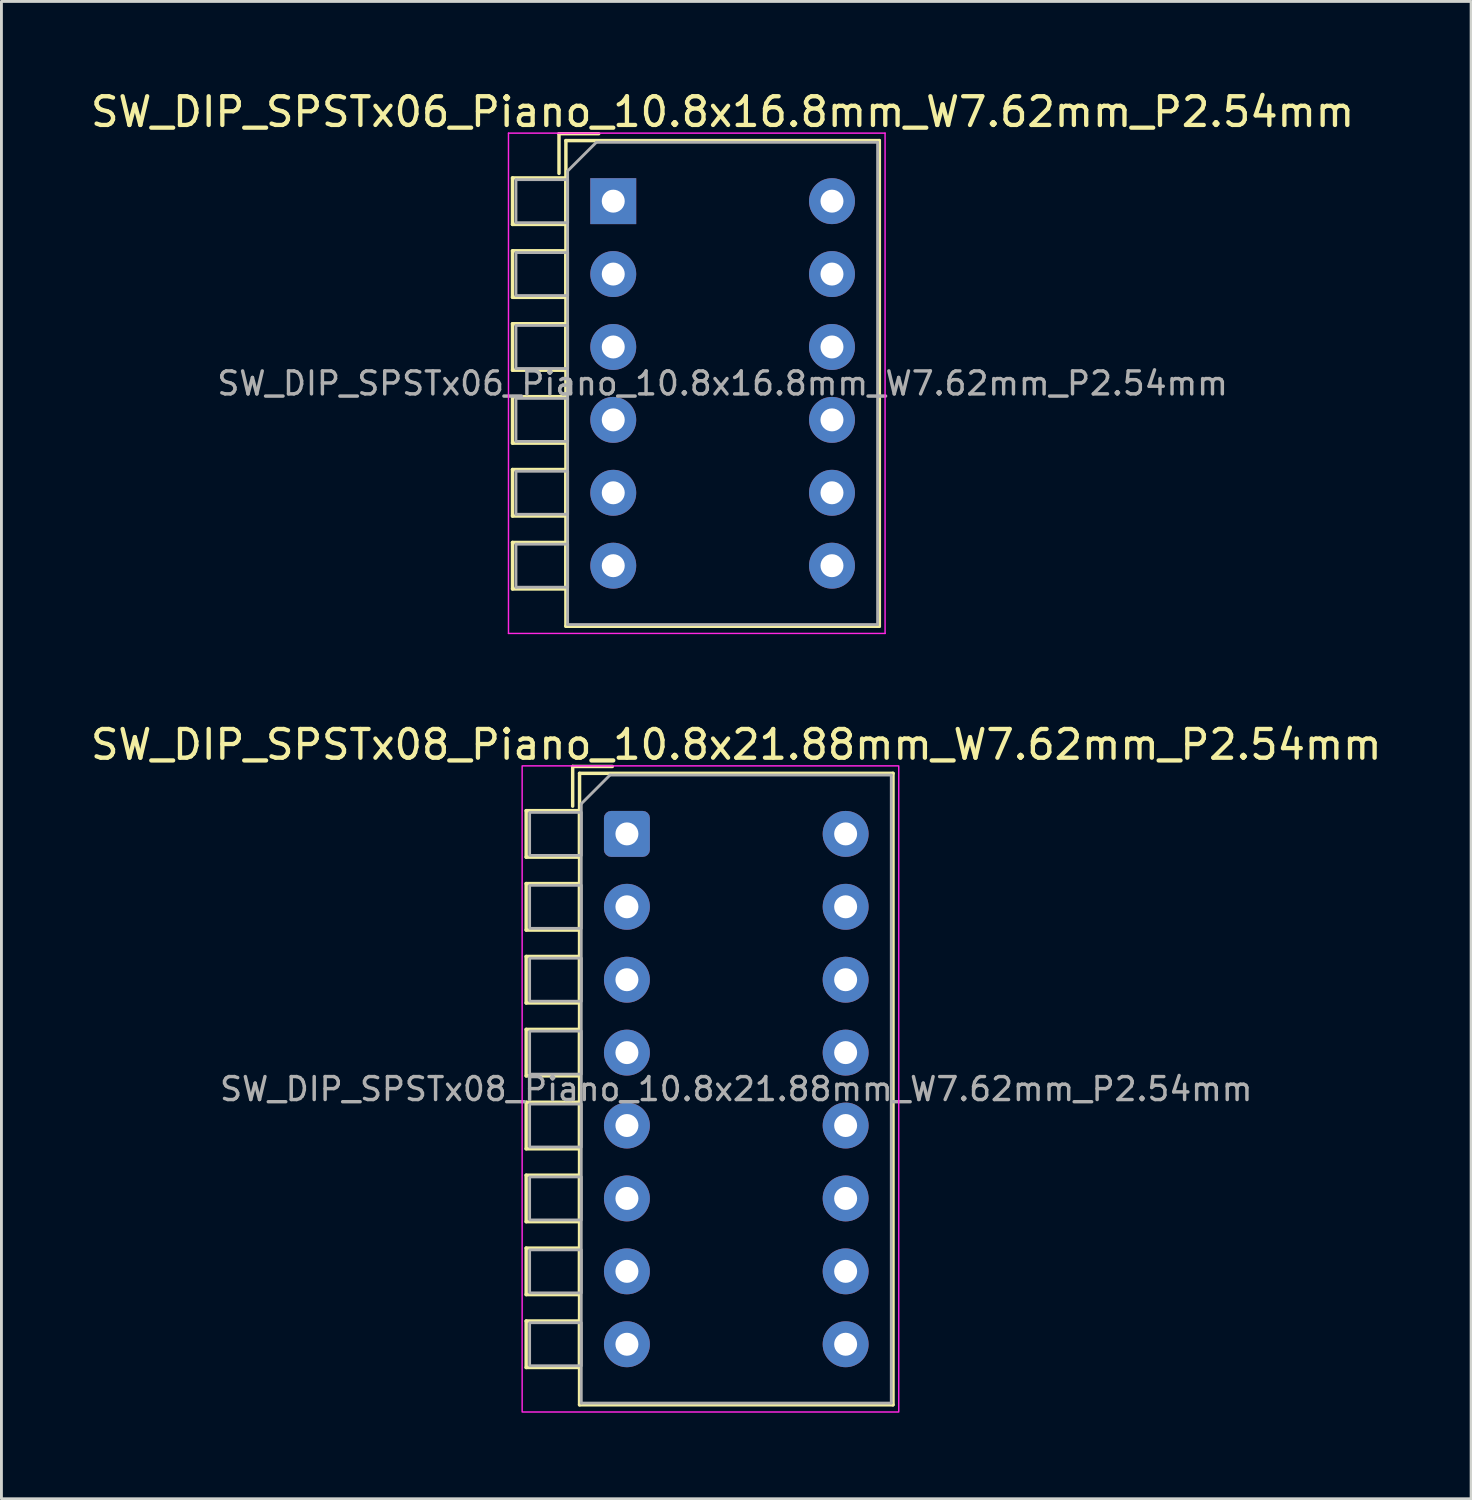
<source format=kicad_pcb>
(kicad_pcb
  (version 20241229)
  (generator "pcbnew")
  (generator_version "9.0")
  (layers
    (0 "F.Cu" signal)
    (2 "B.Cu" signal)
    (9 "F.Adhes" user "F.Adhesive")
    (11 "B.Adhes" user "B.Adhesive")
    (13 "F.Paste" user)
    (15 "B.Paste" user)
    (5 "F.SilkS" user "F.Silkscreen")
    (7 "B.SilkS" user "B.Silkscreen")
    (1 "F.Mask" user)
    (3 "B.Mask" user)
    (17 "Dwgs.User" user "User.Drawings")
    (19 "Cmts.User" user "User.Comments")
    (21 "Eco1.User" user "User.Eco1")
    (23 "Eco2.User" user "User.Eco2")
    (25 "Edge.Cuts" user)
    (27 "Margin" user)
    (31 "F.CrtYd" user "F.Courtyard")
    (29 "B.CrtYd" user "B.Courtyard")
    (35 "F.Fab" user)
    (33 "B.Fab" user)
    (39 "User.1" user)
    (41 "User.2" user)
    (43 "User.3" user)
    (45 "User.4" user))
  (footprint "SW_DIP_SPSTx06_Piano_10.8x16.8mm_W7.62mm_P2.54mm"
    (layer "F.Cu")
    (at 18.315 3.958)
    (property "Reference" "SW_DIP_SPSTx06_Piano_10.8x16.8mm_W7.62mm_P2.54mm" (at 3.81 -3.11 0) (layer "F.SilkS") (effects (font (size 1 1) (thickness 0.15))))
    (attr through_hole)
    (fp_line (start -3.51 -0.81) (end -3.51 0.81) (stroke (width 0.12) (type solid)) (layer "F.SilkS"))
    (fp_line (start -3.51 -0.81) (end -1.65 -0.81) (stroke (width 0.12) (type solid)) (layer "F.SilkS"))
    (fp_line (start -3.51 0.81) (end -1.65 0.81) (stroke (width 0.12) (type solid)) (layer "F.SilkS"))
    (fp_line (start -3.51 1.73) (end -3.51 3.35) (stroke (width 0.12) (type solid)) (layer "F.SilkS"))
    (fp_line (start -3.51 1.73) (end -1.65 1.73) (stroke (width 0.12) (type solid)) (layer "F.SilkS"))
    (fp_line (start -3.51 3.35) (end -1.65 3.35) (stroke (width 0.12) (type solid)) (layer "F.SilkS"))
    (fp_line (start -3.51 4.27) (end -3.51 5.89) (stroke (width 0.12) (type solid)) (layer "F.SilkS"))
    (fp_line (start -3.51 4.27) (end -1.65 4.27) (stroke (width 0.12) (type solid)) (layer "F.SilkS"))
    (fp_line (start -3.51 5.89) (end -1.65 5.89) (stroke (width 0.12) (type solid)) (layer "F.SilkS"))
    (fp_line (start -3.51 6.81) (end -3.51 8.43) (stroke (width 0.12) (type solid)) (layer "F.SilkS"))
    (fp_line (start -3.51 6.81) (end -1.65 6.81) (stroke (width 0.12) (type solid)) (layer "F.SilkS"))
    (fp_line (start -3.51 8.43) (end -1.65 8.43) (stroke (width 0.12) (type solid)) (layer "F.SilkS"))
    (fp_line (start -3.51 9.35) (end -3.51 10.97) (stroke (width 0.12) (type solid)) (layer "F.SilkS"))
    (fp_line (start -3.51 9.35) (end -1.65 9.35) (stroke (width 0.12) (type solid)) (layer "F.SilkS"))
    (fp_line (start -3.51 10.97) (end -1.65 10.97) (stroke (width 0.12) (type solid)) (layer "F.SilkS"))
    (fp_line (start -3.51 11.89) (end -3.51 13.51) (stroke (width 0.12) (type solid)) (layer "F.SilkS"))
    (fp_line (start -3.51 11.89) (end -1.65 11.89) (stroke (width 0.12) (type solid)) (layer "F.SilkS"))
    (fp_line (start -3.51 13.51) (end -1.65 13.51) (stroke (width 0.12) (type solid)) (layer "F.SilkS"))
    (fp_line (start -1.89 -2.35) (end -1.89 -0.967) (stroke (width 0.12) (type solid)) (layer "F.SilkS"))
    (fp_line (start -1.89 -2.35) (end -0.507 -2.35) (stroke (width 0.12) (type solid)) (layer "F.SilkS"))
    (fp_line (start -1.65 -2.11) (end -1.65 14.81) (stroke (width 0.12) (type solid)) (layer "F.SilkS"))
    (fp_line (start -1.65 -2.11) (end 9.27 -2.11) (stroke (width 0.12) (type solid)) (layer "F.SilkS"))
    (fp_line (start -1.65 -0.81) (end -1.65 0.81) (stroke (width 0.12) (type solid)) (layer "F.SilkS"))
    (fp_line (start -1.65 1.73) (end -1.65 3.35) (stroke (width 0.12) (type solid)) (layer "F.SilkS"))
    (fp_line (start -1.65 4.27) (end -1.65 5.89) (stroke (width 0.12) (type solid)) (layer "F.SilkS"))
    (fp_line (start -1.65 6.81) (end -1.65 8.43) (stroke (width 0.12) (type solid)) (layer "F.SilkS"))
    (fp_line (start -1.65 9.35) (end -1.65 10.97) (stroke (width 0.12) (type solid)) (layer "F.SilkS"))
    (fp_line (start -1.65 11.89) (end -1.65 13.51) (stroke (width 0.12) (type solid)) (layer "F.SilkS"))
    (fp_line (start -1.65 14.81) (end 9.27 14.81) (stroke (width 0.12) (type solid)) (layer "F.SilkS"))
    (fp_line (start 9.27 -2.11) (end 9.27 14.81) (stroke (width 0.12) (type solid)) (layer "F.SilkS"))
    (fp_line (start -3.65 -2.37) (end -3.65 15.06) (stroke (width 0.05) (type solid)) (layer "F.CrtYd"))
    (fp_line (start -3.65 15.06) (end 9.47 15.06) (stroke (width 0.05) (type solid)) (layer "F.CrtYd"))
    (fp_line (start 9.47 -2.37) (end -3.65 -2.37) (stroke (width 0.05) (type solid)) (layer "F.CrtYd"))
    (fp_line (start 9.47 15.06) (end 9.47 -2.37) (stroke (width 0.05) (type solid)) (layer "F.CrtYd"))
    (fp_line (start -3.39 -0.75) (end -1.59 -0.75) (stroke (width 0.1) (type solid)) (layer "F.Fab"))
    (fp_line (start -3.39 0.75) (end -3.39 -0.75) (stroke (width 0.1) (type solid)) (layer "F.Fab"))
    (fp_line (start -3.39 1.79) (end -1.59 1.79) (stroke (width 0.1) (type solid)) (layer "F.Fab"))
    (fp_line (start -3.39 3.29) (end -3.39 1.79) (stroke (width 0.1) (type solid)) (layer "F.Fab"))
    (fp_line (start -3.39 4.33) (end -1.59 4.33) (stroke (width 0.1) (type solid)) (layer "F.Fab"))
    (fp_line (start -3.39 5.83) (end -3.39 4.33) (stroke (width 0.1) (type solid)) (layer "F.Fab"))
    (fp_line (start -3.39 6.87) (end -1.59 6.87) (stroke (width 0.1) (type solid)) (layer "F.Fab"))
    (fp_line (start -3.39 8.37) (end -3.39 6.87) (stroke (width 0.1) (type solid)) (layer "F.Fab"))
    (fp_line (start -3.39 9.41) (end -1.59 9.41) (stroke (width 0.1) (type solid)) (layer "F.Fab"))
    (fp_line (start -3.39 10.91) (end -3.39 9.41) (stroke (width 0.1) (type solid)) (layer "F.Fab"))
    (fp_line (start -3.39 11.95) (end -1.59 11.95) (stroke (width 0.1) (type solid)) (layer "F.Fab"))
    (fp_line (start -3.39 13.45) (end -3.39 11.95) (stroke (width 0.1) (type solid)) (layer "F.Fab"))
    (fp_line (start -1.59 -1.05) (end -0.59 -2.05) (stroke (width 0.1) (type solid)) (layer "F.Fab"))
    (fp_line (start -1.59 -0.75) (end -1.59 0.75) (stroke (width 0.1) (type solid)) (layer "F.Fab"))
    (fp_line (start -1.59 0.75) (end -3.39 0.75) (stroke (width 0.1) (type solid)) (layer "F.Fab"))
    (fp_line (start -1.59 1.79) (end -1.59 3.29) (stroke (width 0.1) (type solid)) (layer "F.Fab"))
    (fp_line (start -1.59 3.29) (end -3.39 3.29) (stroke (width 0.1) (type solid)) (layer "F.Fab"))
    (fp_line (start -1.59 4.33) (end -1.59 5.83) (stroke (width 0.1) (type solid)) (layer "F.Fab"))
    (fp_line (start -1.59 5.83) (end -3.39 5.83) (stroke (width 0.1) (type solid)) (layer "F.Fab"))
    (fp_line (start -1.59 6.87) (end -1.59 8.37) (stroke (width 0.1) (type solid)) (layer "F.Fab"))
    (fp_line (start -1.59 8.37) (end -3.39 8.37) (stroke (width 0.1) (type solid)) (layer "F.Fab"))
    (fp_line (start -1.59 9.41) (end -1.59 10.91) (stroke (width 0.1) (type solid)) (layer "F.Fab"))
    (fp_line (start -1.59 10.91) (end -3.39 10.91) (stroke (width 0.1) (type solid)) (layer "F.Fab"))
    (fp_line (start -1.59 11.95) (end -1.59 13.45) (stroke (width 0.1) (type solid)) (layer "F.Fab"))
    (fp_line (start -1.59 13.45) (end -3.39 13.45) (stroke (width 0.1) (type solid)) (layer "F.Fab"))
    (fp_line (start -1.59 14.75) (end -1.59 -1.05) (stroke (width 0.1) (type solid)) (layer "F.Fab"))
    (fp_line (start -0.59 -2.05) (end 9.21 -2.05) (stroke (width 0.1) (type solid)) (layer "F.Fab"))
    (fp_line (start 9.21 -2.05) (end 9.21 14.75) (stroke (width 0.1) (type solid)) (layer "F.Fab"))
    (fp_line (start 9.21 14.75) (end -1.59 14.75) (stroke (width 0.1) (type solid)) (layer "F.Fab"))
    (fp_text user "${REFERENCE}" (at 3.81 6.35 0) (layer "F.Fab") (effects (font (size 0.8 0.8) (thickness 0.12))))
    (pad "1" thru_hole rect (at 0 0) (size 1.6 1.6) (drill 0.8) (layers "*.Cu" "*.Mask"))
    (pad "2" thru_hole circle (at 0 2.54) (size 1.6 1.6) (drill 0.8) (layers "*.Cu" "*.Mask"))
    (pad "3" thru_hole circle (at 0 5.08) (size 1.6 1.6) (drill 0.8) (layers "*.Cu" "*.Mask"))
    (pad "4" thru_hole circle (at 0 7.62) (size 1.6 1.6) (drill 0.8) (layers "*.Cu" "*.Mask"))
    (pad "5" thru_hole circle (at 0 10.16) (size 1.6 1.6) (drill 0.8) (layers "*.Cu" "*.Mask"))
    (pad "6" thru_hole circle (at 0 12.7) (size 1.6 1.6) (drill 0.8) (layers "*.Cu" "*.Mask"))
    (pad "7" thru_hole circle (at 7.62 12.7) (size 1.6 1.6) (drill 0.8) (layers "*.Cu" "*.Mask"))
    (pad "8" thru_hole circle (at 7.62 10.16) (size 1.6 1.6) (drill 0.8) (layers "*.Cu" "*.Mask"))
    (pad "9" thru_hole circle (at 7.62 7.62) (size 1.6 1.6) (drill 0.8) (layers "*.Cu" "*.Mask"))
    (pad "10" thru_hole circle (at 7.62 5.08) (size 1.6 1.6) (drill 0.8) (layers "*.Cu" "*.Mask"))
    (pad "11" thru_hole circle (at 7.62 2.54) (size 1.6 1.6) (drill 0.8) (layers "*.Cu" "*.Mask"))
    (pad "12" thru_hole circle (at 7.62 0) (size 1.6 1.6) (drill 0.8) (layers "*.Cu" "*.Mask")))
  (footprint "SW_DIP_SPSTx08_Piano_10.8x21.88mm_W7.62mm_P2.54mm"
    (layer "F.Cu")
    (at 18.791 26.002)
    (property "Reference" "SW_DIP_SPSTx08_Piano_10.8x21.88mm_W7.62mm_P2.54mm" (at 3.81 -3.11 0) (layer "F.SilkS") (effects (font (size 1 1) (thickness 0.15))))
    (attr through_hole)
    (fp_line (start -3.51 -0.81) (end -3.51 0.81) (stroke (width 0.12) (type solid)) (layer "F.SilkS"))
    (fp_line (start -3.51 -0.81) (end -1.65 -0.81) (stroke (width 0.12) (type solid)) (layer "F.SilkS"))
    (fp_line (start -3.51 0.81) (end -1.65 0.81) (stroke (width 0.12) (type solid)) (layer "F.SilkS"))
    (fp_line (start -3.51 1.73) (end -3.51 3.35) (stroke (width 0.12) (type solid)) (layer "F.SilkS"))
    (fp_line (start -3.51 1.73) (end -1.65 1.73) (stroke (width 0.12) (type solid)) (layer "F.SilkS"))
    (fp_line (start -3.51 3.35) (end -1.65 3.35) (stroke (width 0.12) (type solid)) (layer "F.SilkS"))
    (fp_line (start -3.51 4.27) (end -3.51 5.89) (stroke (width 0.12) (type solid)) (layer "F.SilkS"))
    (fp_line (start -3.51 4.27) (end -1.65 4.27) (stroke (width 0.12) (type solid)) (layer "F.SilkS"))
    (fp_line (start -3.51 5.89) (end -1.65 5.89) (stroke (width 0.12) (type solid)) (layer "F.SilkS"))
    (fp_line (start -3.51 6.81) (end -3.51 8.43) (stroke (width 0.12) (type solid)) (layer "F.SilkS"))
    (fp_line (start -3.51 6.81) (end -1.65 6.81) (stroke (width 0.12) (type solid)) (layer "F.SilkS"))
    (fp_line (start -3.51 8.43) (end -1.65 8.43) (stroke (width 0.12) (type solid)) (layer "F.SilkS"))
    (fp_line (start -3.51 9.35) (end -3.51 10.97) (stroke (width 0.12) (type solid)) (layer "F.SilkS"))
    (fp_line (start -3.51 9.35) (end -1.65 9.35) (stroke (width 0.12) (type solid)) (layer "F.SilkS"))
    (fp_line (start -3.51 10.97) (end -1.65 10.97) (stroke (width 0.12) (type solid)) (layer "F.SilkS"))
    (fp_line (start -3.51 11.89) (end -3.51 13.51) (stroke (width 0.12) (type solid)) (layer "F.SilkS"))
    (fp_line (start -3.51 11.89) (end -1.65 11.89) (stroke (width 0.12) (type solid)) (layer "F.SilkS"))
    (fp_line (start -3.51 13.51) (end -1.65 13.51) (stroke (width 0.12) (type solid)) (layer "F.SilkS"))
    (fp_line (start -3.51 14.43) (end -3.51 16.05) (stroke (width 0.12) (type solid)) (layer "F.SilkS"))
    (fp_line (start -3.51 14.43) (end -1.65 14.43) (stroke (width 0.12) (type solid)) (layer "F.SilkS"))
    (fp_line (start -3.51 16.05) (end -1.65 16.05) (stroke (width 0.12) (type solid)) (layer "F.SilkS"))
    (fp_line (start -3.51 16.97) (end -3.51 18.59) (stroke (width 0.12) (type solid)) (layer "F.SilkS"))
    (fp_line (start -3.51 16.97) (end -1.65 16.97) (stroke (width 0.12) (type solid)) (layer "F.SilkS"))
    (fp_line (start -3.51 18.59) (end -1.65 18.59) (stroke (width 0.12) (type solid)) (layer "F.SilkS"))
    (fp_line (start -1.89 -2.35) (end -1.89 -0.967) (stroke (width 0.12) (type solid)) (layer "F.SilkS"))
    (fp_line (start -1.89 -2.35) (end -0.507 -2.35) (stroke (width 0.12) (type solid)) (layer "F.SilkS"))
    (fp_line (start -1.65 -2.11) (end -1.65 19.89) (stroke (width 0.12) (type solid)) (layer "F.SilkS"))
    (fp_line (start -1.65 -2.11) (end 9.27 -2.11) (stroke (width 0.12) (type solid)) (layer "F.SilkS"))
    (fp_line (start -1.65 -0.81) (end -1.65 0.81) (stroke (width 0.12) (type solid)) (layer "F.SilkS"))
    (fp_line (start -1.65 1.73) (end -1.65 3.35) (stroke (width 0.12) (type solid)) (layer "F.SilkS"))
    (fp_line (start -1.65 4.27) (end -1.65 5.89) (stroke (width 0.12) (type solid)) (layer "F.SilkS"))
    (fp_line (start -1.65 6.81) (end -1.65 8.43) (stroke (width 0.12) (type solid)) (layer "F.SilkS"))
    (fp_line (start -1.65 9.35) (end -1.65 10.97) (stroke (width 0.12) (type solid)) (layer "F.SilkS"))
    (fp_line (start -1.65 11.89) (end -1.65 13.51) (stroke (width 0.12) (type solid)) (layer "F.SilkS"))
    (fp_line (start -1.65 14.43) (end -1.65 16.05) (stroke (width 0.12) (type solid)) (layer "F.SilkS"))
    (fp_line (start -1.65 16.97) (end -1.65 18.59) (stroke (width 0.12) (type solid)) (layer "F.SilkS"))
    (fp_line (start -1.65 19.89) (end 9.27 19.89) (stroke (width 0.12) (type solid)) (layer "F.SilkS"))
    (fp_line (start 9.27 -2.11) (end 9.27 19.89) (stroke (width 0.12) (type solid)) (layer "F.SilkS"))
    (fp_rect (start -3.65 -2.37) (end 9.47 20.14) (stroke (width 0.05) (type solid)) (fill no) (layer "F.CrtYd"))
    (fp_line (start -1.59 -1.05) (end -0.59 -2.05) (stroke (width 0.1) (type solid)) (layer "F.Fab"))
    (fp_line (start -1.59 19.83) (end -1.59 -1.05) (stroke (width 0.1) (type solid)) (layer "F.Fab"))
    (fp_line (start -0.59 -2.05) (end 9.21 -2.05) (stroke (width 0.1) (type solid)) (layer "F.Fab"))
    (fp_line (start 9.21 -2.05) (end 9.21 19.83) (stroke (width 0.1) (type solid)) (layer "F.Fab"))
    (fp_line (start 9.21 19.83) (end -1.59 19.83) (stroke (width 0.1) (type solid)) (layer "F.Fab"))
    (fp_rect (start -1.59 -0.75) (end -3.39 0.75) (stroke (width 0.1) (type solid)) (fill no) (layer "F.Fab"))
    (fp_rect (start -1.59 1.79) (end -3.39 3.29) (stroke (width 0.1) (type solid)) (fill no) (layer "F.Fab"))
    (fp_rect (start -1.59 4.33) (end -3.39 5.83) (stroke (width 0.1) (type solid)) (fill no) (layer "F.Fab"))
    (fp_rect (start -1.59 6.87) (end -3.39 8.37) (stroke (width 0.1) (type solid)) (fill no) (layer "F.Fab"))
    (fp_rect (start -1.59 9.41) (end -3.39 10.91) (stroke (width 0.1) (type solid)) (fill no) (layer "F.Fab"))
    (fp_rect (start -1.59 11.95) (end -3.39 13.45) (stroke (width 0.1) (type solid)) (fill no) (layer "F.Fab"))
    (fp_rect (start -1.59 14.49) (end -3.39 15.99) (stroke (width 0.1) (type solid)) (fill no) (layer "F.Fab"))
    (fp_rect (start -1.59 17.03) (end -3.39 18.53) (stroke (width 0.1) (type solid)) (fill no) (layer "F.Fab"))
    (fp_text user "${REFERENCE}" (at 3.81 8.89 0) (layer "F.Fab") (effects (font (size 0.8 0.8) (thickness 0.12))))
    (pad "1" thru_hole roundrect (at 0 0) (size 1.6 1.6) (drill 0.8) (layers "*.Cu" "*.Mask") (roundrect_rratio 0.156))
    (pad "2" thru_hole circle (at 0 2.54) (size 1.6 1.6) (drill 0.8) (layers "*.Cu" "*.Mask"))
    (pad "3" thru_hole circle (at 0 5.08) (size 1.6 1.6) (drill 0.8) (layers "*.Cu" "*.Mask"))
    (pad "4" thru_hole circle (at 0 7.62) (size 1.6 1.6) (drill 0.8) (layers "*.Cu" "*.Mask"))
    (pad "5" thru_hole circle (at 0 10.16) (size 1.6 1.6) (drill 0.8) (layers "*.Cu" "*.Mask"))
    (pad "6" thru_hole circle (at 0 12.7) (size 1.6 1.6) (drill 0.8) (layers "*.Cu" "*.Mask"))
    (pad "7" thru_hole circle (at 0 15.24) (size 1.6 1.6) (drill 0.8) (layers "*.Cu" "*.Mask"))
    (pad "8" thru_hole circle (at 0 17.78) (size 1.6 1.6) (drill 0.8) (layers "*.Cu" "*.Mask"))
    (pad "9" thru_hole circle (at 7.62 17.78) (size 1.6 1.6) (drill 0.8) (layers "*.Cu" "*.Mask"))
    (pad "10" thru_hole circle (at 7.62 15.24) (size 1.6 1.6) (drill 0.8) (layers "*.Cu" "*.Mask"))
    (pad "11" thru_hole circle (at 7.62 12.7) (size 1.6 1.6) (drill 0.8) (layers "*.Cu" "*.Mask"))
    (pad "12" thru_hole circle (at 7.62 10.16) (size 1.6 1.6) (drill 0.8) (layers "*.Cu" "*.Mask"))
    (pad "13" thru_hole circle (at 7.62 7.62) (size 1.6 1.6) (drill 0.8) (layers "*.Cu" "*.Mask"))
    (pad "14" thru_hole circle (at 7.62 5.08) (size 1.6 1.6) (drill 0.8) (layers "*.Cu" "*.Mask"))
    (pad "15" thru_hole circle (at 7.62 2.54) (size 1.6 1.6) (drill 0.8) (layers "*.Cu" "*.Mask"))
    (pad "16" thru_hole circle (at 7.62 0) (size 1.6 1.6) (drill 0.8) (layers "*.Cu" "*.Mask")))
  (gr_rect
    (start -3 -3)
    (end 48.202 49.166)
    (stroke (width 0.1) (type default))
    (fill no)
    (layer "Edge.Cuts")))
</source>
